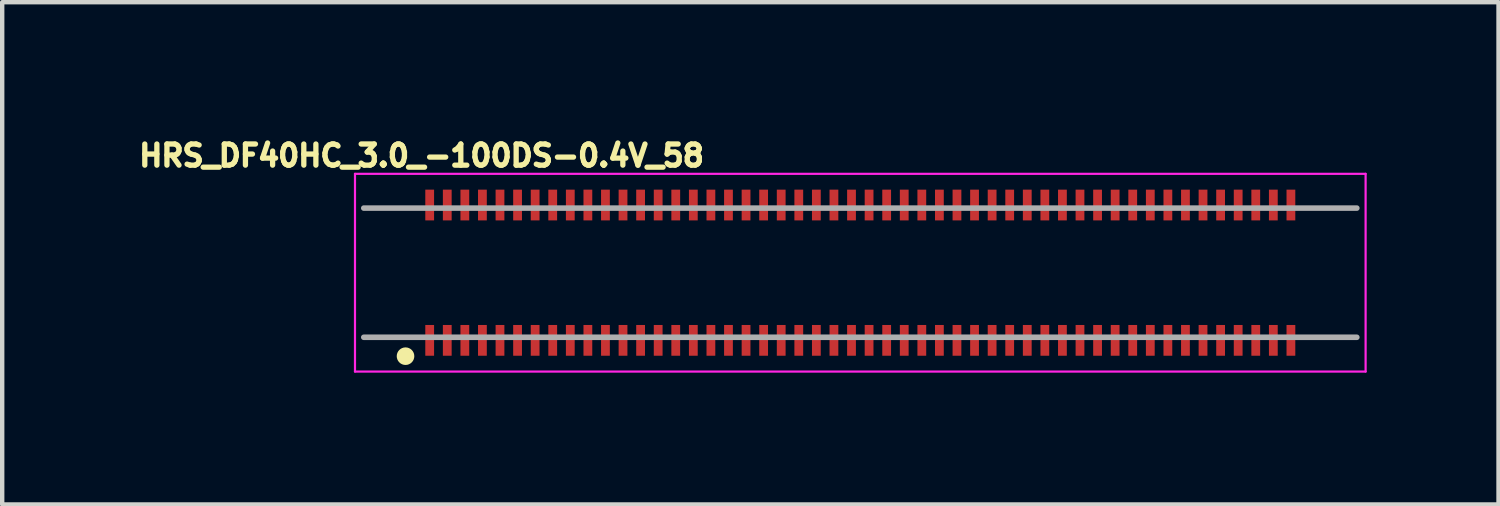
<source format=kicad_pcb>
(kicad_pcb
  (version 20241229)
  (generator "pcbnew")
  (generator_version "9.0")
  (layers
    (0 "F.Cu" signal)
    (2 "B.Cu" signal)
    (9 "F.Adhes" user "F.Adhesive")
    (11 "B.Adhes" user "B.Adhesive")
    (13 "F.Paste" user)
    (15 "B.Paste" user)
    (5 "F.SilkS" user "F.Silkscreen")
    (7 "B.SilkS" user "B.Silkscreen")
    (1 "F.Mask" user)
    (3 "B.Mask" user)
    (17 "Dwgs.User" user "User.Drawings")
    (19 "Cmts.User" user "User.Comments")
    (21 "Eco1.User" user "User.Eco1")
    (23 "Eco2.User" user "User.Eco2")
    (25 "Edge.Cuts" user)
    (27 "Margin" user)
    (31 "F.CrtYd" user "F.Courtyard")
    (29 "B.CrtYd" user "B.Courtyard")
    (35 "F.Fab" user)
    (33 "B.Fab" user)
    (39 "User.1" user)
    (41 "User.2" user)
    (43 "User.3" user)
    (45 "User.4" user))
  (footprint "HRS_DF40HC_3.0_-100DS-0.4V_58"
    (layer "F.Cu")
    (at 16.529 3.156)
    (property "Reference" "HRS_DF40HC_3.0_-100DS-0.4V_58" (at -9.985 -2.664 0) (layer "F.SilkS") (effects (font (size 0.481 0.481) (thickness 0.15))))
    (attr smd)
    (fp_circle (center -10.35 1.9) (end -10.25 1.9) (stroke (width 0.2) (type solid)) (fill no) (layer "F.SilkS"))
    (fp_line (start -11.5 -2.25) (end 11.5 -2.25) (stroke (width 0.05) (type solid)) (layer "F.CrtYd"))
    (fp_line (start -11.5 2.25) (end -11.5 -2.25) (stroke (width 0.05) (type solid)) (layer "F.CrtYd"))
    (fp_line (start 11.5 -2.25) (end 11.5 2.25) (stroke (width 0.05) (type solid)) (layer "F.CrtYd"))
    (fp_line (start 11.5 2.25) (end -11.5 2.25) (stroke (width 0.05) (type solid)) (layer "F.CrtYd"))
    (fp_line (start -11.3 -1.47) (end 11.3 -1.47) (stroke (width 0.127) (type solid)) (layer "F.Fab"))
    (fp_line (start 11.3 1.47) (end -11.3 1.47) (stroke (width 0.127) (type solid)) (layer "F.Fab"))
    (pad "1" smd rect (at -9.8 1.54) (size 0.2 0.7) (layers "F.Cu" "F.Mask" "F.Paste"))
    (pad "2" smd rect (at -9.8 -1.54) (size 0.2 0.7) (layers "F.Cu" "F.Mask" "F.Paste"))
    (pad "3" smd rect (at -9.4 1.54) (size 0.2 0.7) (layers "F.Cu" "F.Mask" "F.Paste"))
    (pad "4" smd rect (at -9.4 -1.54) (size 0.2 0.7) (layers "F.Cu" "F.Mask" "F.Paste"))
    (pad "5" smd rect (at -9 1.54) (size 0.2 0.7) (layers "F.Cu" "F.Mask" "F.Paste"))
    (pad "6" smd rect (at -9 -1.54) (size 0.2 0.7) (layers "F.Cu" "F.Mask" "F.Paste"))
    (pad "7" smd rect (at -8.6 1.54) (size 0.2 0.7) (layers "F.Cu" "F.Mask" "F.Paste"))
    (pad "8" smd rect (at -8.6 -1.54) (size 0.2 0.7) (layers "F.Cu" "F.Mask" "F.Paste"))
    (pad "9" smd rect (at -8.2 1.54) (size 0.2 0.7) (layers "F.Cu" "F.Mask" "F.Paste"))
    (pad "10" smd rect (at -8.2 -1.54) (size 0.2 0.7) (layers "F.Cu" "F.Mask" "F.Paste"))
    (pad "11" smd rect (at -7.8 1.54) (size 0.2 0.7) (layers "F.Cu" "F.Mask" "F.Paste"))
    (pad "12" smd rect (at -7.8 -1.54) (size 0.2 0.7) (layers "F.Cu" "F.Mask" "F.Paste"))
    (pad "13" smd rect (at -7.4 1.54) (size 0.2 0.7) (layers "F.Cu" "F.Mask" "F.Paste"))
    (pad "14" smd rect (at -7.4 -1.54) (size 0.2 0.7) (layers "F.Cu" "F.Mask" "F.Paste"))
    (pad "15" smd rect (at -7 1.54) (size 0.2 0.7) (layers "F.Cu" "F.Mask" "F.Paste"))
    (pad "16" smd rect (at -7 -1.54) (size 0.2 0.7) (layers "F.Cu" "F.Mask" "F.Paste"))
    (pad "17" smd rect (at -6.6 1.54) (size 0.2 0.7) (layers "F.Cu" "F.Mask" "F.Paste"))
    (pad "18" smd rect (at -6.6 -1.54) (size 0.2 0.7) (layers "F.Cu" "F.Mask" "F.Paste"))
    (pad "19" smd rect (at -6.2 1.54) (size 0.2 0.7) (layers "F.Cu" "F.Mask" "F.Paste"))
    (pad "20" smd rect (at -6.2 -1.54) (size 0.2 0.7) (layers "F.Cu" "F.Mask" "F.Paste"))
    (pad "21" smd rect (at -5.8 1.54) (size 0.2 0.7) (layers "F.Cu" "F.Mask" "F.Paste"))
    (pad "22" smd rect (at -5.8 -1.54) (size 0.2 0.7) (layers "F.Cu" "F.Mask" "F.Paste"))
    (pad "23" smd rect (at -5.4 1.54) (size 0.2 0.7) (layers "F.Cu" "F.Mask" "F.Paste"))
    (pad "24" smd rect (at -5.4 -1.54) (size 0.2 0.7) (layers "F.Cu" "F.Mask" "F.Paste"))
    (pad "25" smd rect (at -5 1.54) (size 0.2 0.7) (layers "F.Cu" "F.Mask" "F.Paste"))
    (pad "26" smd rect (at -5 -1.54) (size 0.2 0.7) (layers "F.Cu" "F.Mask" "F.Paste"))
    (pad "27" smd rect (at -4.6 1.54) (size 0.2 0.7) (layers "F.Cu" "F.Mask" "F.Paste"))
    (pad "28" smd rect (at -4.6 -1.54) (size 0.2 0.7) (layers "F.Cu" "F.Mask" "F.Paste"))
    (pad "29" smd rect (at -4.2 1.54) (size 0.2 0.7) (layers "F.Cu" "F.Mask" "F.Paste"))
    (pad "30" smd rect (at -4.2 -1.54) (size 0.2 0.7) (layers "F.Cu" "F.Mask" "F.Paste"))
    (pad "31" smd rect (at -3.8 1.54) (size 0.2 0.7) (layers "F.Cu" "F.Mask" "F.Paste"))
    (pad "32" smd rect (at -3.8 -1.54) (size 0.2 0.7) (layers "F.Cu" "F.Mask" "F.Paste"))
    (pad "33" smd rect (at -3.4 1.54) (size 0.2 0.7) (layers "F.Cu" "F.Mask" "F.Paste"))
    (pad "34" smd rect (at -3.4 -1.54) (size 0.2 0.7) (layers "F.Cu" "F.Mask" "F.Paste"))
    (pad "35" smd rect (at -3 1.54) (size 0.2 0.7) (layers "F.Cu" "F.Mask" "F.Paste"))
    (pad "36" smd rect (at -3 -1.54) (size 0.2 0.7) (layers "F.Cu" "F.Mask" "F.Paste"))
    (pad "37" smd rect (at -2.6 1.54) (size 0.2 0.7) (layers "F.Cu" "F.Mask" "F.Paste"))
    (pad "38" smd rect (at -2.6 -1.54) (size 0.2 0.7) (layers "F.Cu" "F.Mask" "F.Paste"))
    (pad "39" smd rect (at -2.2 1.54) (size 0.2 0.7) (layers "F.Cu" "F.Mask" "F.Paste"))
    (pad "40" smd rect (at -2.2 -1.54) (size 0.2 0.7) (layers "F.Cu" "F.Mask" "F.Paste"))
    (pad "41" smd rect (at -1.8 1.54) (size 0.2 0.7) (layers "F.Cu" "F.Mask" "F.Paste"))
    (pad "42" smd rect (at -1.8 -1.54) (size 0.2 0.7) (layers "F.Cu" "F.Mask" "F.Paste"))
    (pad "43" smd rect (at -1.4 1.54) (size 0.2 0.7) (layers "F.Cu" "F.Mask" "F.Paste"))
    (pad "44" smd rect (at -1.4 -1.54) (size 0.2 0.7) (layers "F.Cu" "F.Mask" "F.Paste"))
    (pad "45" smd rect (at -1 1.54) (size 0.2 0.7) (layers "F.Cu" "F.Mask" "F.Paste"))
    (pad "46" smd rect (at -1 -1.54) (size 0.2 0.7) (layers "F.Cu" "F.Mask" "F.Paste"))
    (pad "47" smd rect (at -0.6 1.54) (size 0.2 0.7) (layers "F.Cu" "F.Mask" "F.Paste"))
    (pad "48" smd rect (at -0.6 -1.54) (size 0.2 0.7) (layers "F.Cu" "F.Mask" "F.Paste"))
    (pad "49" smd rect (at -0.2 1.54) (size 0.2 0.7) (layers "F.Cu" "F.Mask" "F.Paste"))
    (pad "50" smd rect (at -0.2 -1.54) (size 0.2 0.7) (layers "F.Cu" "F.Mask" "F.Paste"))
    (pad "51" smd rect (at 0.2 1.54) (size 0.2 0.7) (layers "F.Cu" "F.Mask" "F.Paste"))
    (pad "52" smd rect (at 0.2 -1.54) (size 0.2 0.7) (layers "F.Cu" "F.Mask" "F.Paste"))
    (pad "53" smd rect (at 0.6 1.54) (size 0.2 0.7) (layers "F.Cu" "F.Mask" "F.Paste"))
    (pad "54" smd rect (at 0.6 -1.54) (size 0.2 0.7) (layers "F.Cu" "F.Mask" "F.Paste"))
    (pad "55" smd rect (at 1 1.54) (size 0.2 0.7) (layers "F.Cu" "F.Mask" "F.Paste"))
    (pad "56" smd rect (at 1 -1.54) (size 0.2 0.7) (layers "F.Cu" "F.Mask" "F.Paste"))
    (pad "57" smd rect (at 1.4 1.54) (size 0.2 0.7) (layers "F.Cu" "F.Mask" "F.Paste"))
    (pad "58" smd rect (at 1.4 -1.54) (size 0.2 0.7) (layers "F.Cu" "F.Mask" "F.Paste"))
    (pad "59" smd rect (at 1.8 1.54) (size 0.2 0.7) (layers "F.Cu" "F.Mask" "F.Paste"))
    (pad "60" smd rect (at 1.8 -1.54) (size 0.2 0.7) (layers "F.Cu" "F.Mask" "F.Paste"))
    (pad "61" smd rect (at 2.2 1.54) (size 0.2 0.7) (layers "F.Cu" "F.Mask" "F.Paste"))
    (pad "62" smd rect (at 2.2 -1.54) (size 0.2 0.7) (layers "F.Cu" "F.Mask" "F.Paste"))
    (pad "63" smd rect (at 2.6 1.54) (size 0.2 0.7) (layers "F.Cu" "F.Mask" "F.Paste"))
    (pad "64" smd rect (at 2.6 -1.54) (size 0.2 0.7) (layers "F.Cu" "F.Mask" "F.Paste"))
    (pad "65" smd rect (at 3 1.54) (size 0.2 0.7) (layers "F.Cu" "F.Mask" "F.Paste"))
    (pad "66" smd rect (at 3 -1.54) (size 0.2 0.7) (layers "F.Cu" "F.Mask" "F.Paste"))
    (pad "67" smd rect (at 3.4 1.54) (size 0.2 0.7) (layers "F.Cu" "F.Mask" "F.Paste"))
    (pad "68" smd rect (at 3.4 -1.54) (size 0.2 0.7) (layers "F.Cu" "F.Mask" "F.Paste"))
    (pad "69" smd rect (at 3.8 1.54) (size 0.2 0.7) (layers "F.Cu" "F.Mask" "F.Paste"))
    (pad "70" smd rect (at 3.8 -1.54) (size 0.2 0.7) (layers "F.Cu" "F.Mask" "F.Paste"))
    (pad "71" smd rect (at 4.2 1.54) (size 0.2 0.7) (layers "F.Cu" "F.Mask" "F.Paste"))
    (pad "72" smd rect (at 4.2 -1.54) (size 0.2 0.7) (layers "F.Cu" "F.Mask" "F.Paste"))
    (pad "73" smd rect (at 4.6 1.54) (size 0.2 0.7) (layers "F.Cu" "F.Mask" "F.Paste"))
    (pad "74" smd rect (at 4.6 -1.54) (size 0.2 0.7) (layers "F.Cu" "F.Mask" "F.Paste"))
    (pad "75" smd rect (at 5 1.54) (size 0.2 0.7) (layers "F.Cu" "F.Mask" "F.Paste"))
    (pad "76" smd rect (at 5 -1.54) (size 0.2 0.7) (layers "F.Cu" "F.Mask" "F.Paste"))
    (pad "77" smd rect (at 5.4 1.54) (size 0.2 0.7) (layers "F.Cu" "F.Mask" "F.Paste"))
    (pad "78" smd rect (at 5.4 -1.54) (size 0.2 0.7) (layers "F.Cu" "F.Mask" "F.Paste"))
    (pad "79" smd rect (at 5.8 1.54) (size 0.2 0.7) (layers "F.Cu" "F.Mask" "F.Paste"))
    (pad "80" smd rect (at 5.8 -1.54) (size 0.2 0.7) (layers "F.Cu" "F.Mask" "F.Paste"))
    (pad "81" smd rect (at 6.2 1.54) (size 0.2 0.7) (layers "F.Cu" "F.Mask" "F.Paste"))
    (pad "82" smd rect (at 6.2 -1.54) (size 0.2 0.7) (layers "F.Cu" "F.Mask" "F.Paste"))
    (pad "83" smd rect (at 6.6 1.54) (size 0.2 0.7) (layers "F.Cu" "F.Mask" "F.Paste"))
    (pad "84" smd rect (at 6.6 -1.54) (size 0.2 0.7) (layers "F.Cu" "F.Mask" "F.Paste"))
    (pad "85" smd rect (at 7 1.54) (size 0.2 0.7) (layers "F.Cu" "F.Mask" "F.Paste"))
    (pad "86" smd rect (at 7 -1.54) (size 0.2 0.7) (layers "F.Cu" "F.Mask" "F.Paste"))
    (pad "87" smd rect (at 7.4 1.54) (size 0.2 0.7) (layers "F.Cu" "F.Mask" "F.Paste"))
    (pad "88" smd rect (at 7.4 -1.54) (size 0.2 0.7) (layers "F.Cu" "F.Mask" "F.Paste"))
    (pad "89" smd rect (at 7.8 1.54) (size 0.2 0.7) (layers "F.Cu" "F.Mask" "F.Paste"))
    (pad "90" smd rect (at 7.8 -1.54) (size 0.2 0.7) (layers "F.Cu" "F.Mask" "F.Paste"))
    (pad "91" smd rect (at 8.2 1.54) (size 0.2 0.7) (layers "F.Cu" "F.Mask" "F.Paste"))
    (pad "92" smd rect (at 8.2 -1.54) (size 0.2 0.7) (layers "F.Cu" "F.Mask" "F.Paste"))
    (pad "93" smd rect (at 8.6 1.54) (size 0.2 0.7) (layers "F.Cu" "F.Mask" "F.Paste"))
    (pad "94" smd rect (at 8.6 -1.54) (size 0.2 0.7) (layers "F.Cu" "F.Mask" "F.Paste"))
    (pad "95" smd rect (at 9 1.54) (size 0.2 0.7) (layers "F.Cu" "F.Mask" "F.Paste"))
    (pad "96" smd rect (at 9 -1.54) (size 0.2 0.7) (layers "F.Cu" "F.Mask" "F.Paste"))
    (pad "97" smd rect (at 9.4 1.54) (size 0.2 0.7) (layers "F.Cu" "F.Mask" "F.Paste"))
    (pad "98" smd rect (at 9.4 -1.54) (size 0.2 0.7) (layers "F.Cu" "F.Mask" "F.Paste"))
    (pad "99" smd rect (at 9.8 1.54) (size 0.2 0.7) (layers "F.Cu" "F.Mask" "F.Paste"))
    (pad "100" smd rect (at 9.8 -1.54) (size 0.2 0.7) (layers "F.Cu" "F.Mask" "F.Paste")))
  (gr_rect
    (start -3 -3)
    (end 31.054 8.431)
    (stroke (width 0.1) (type default))
    (fill no)
    (layer "Edge.Cuts")))
</source>
